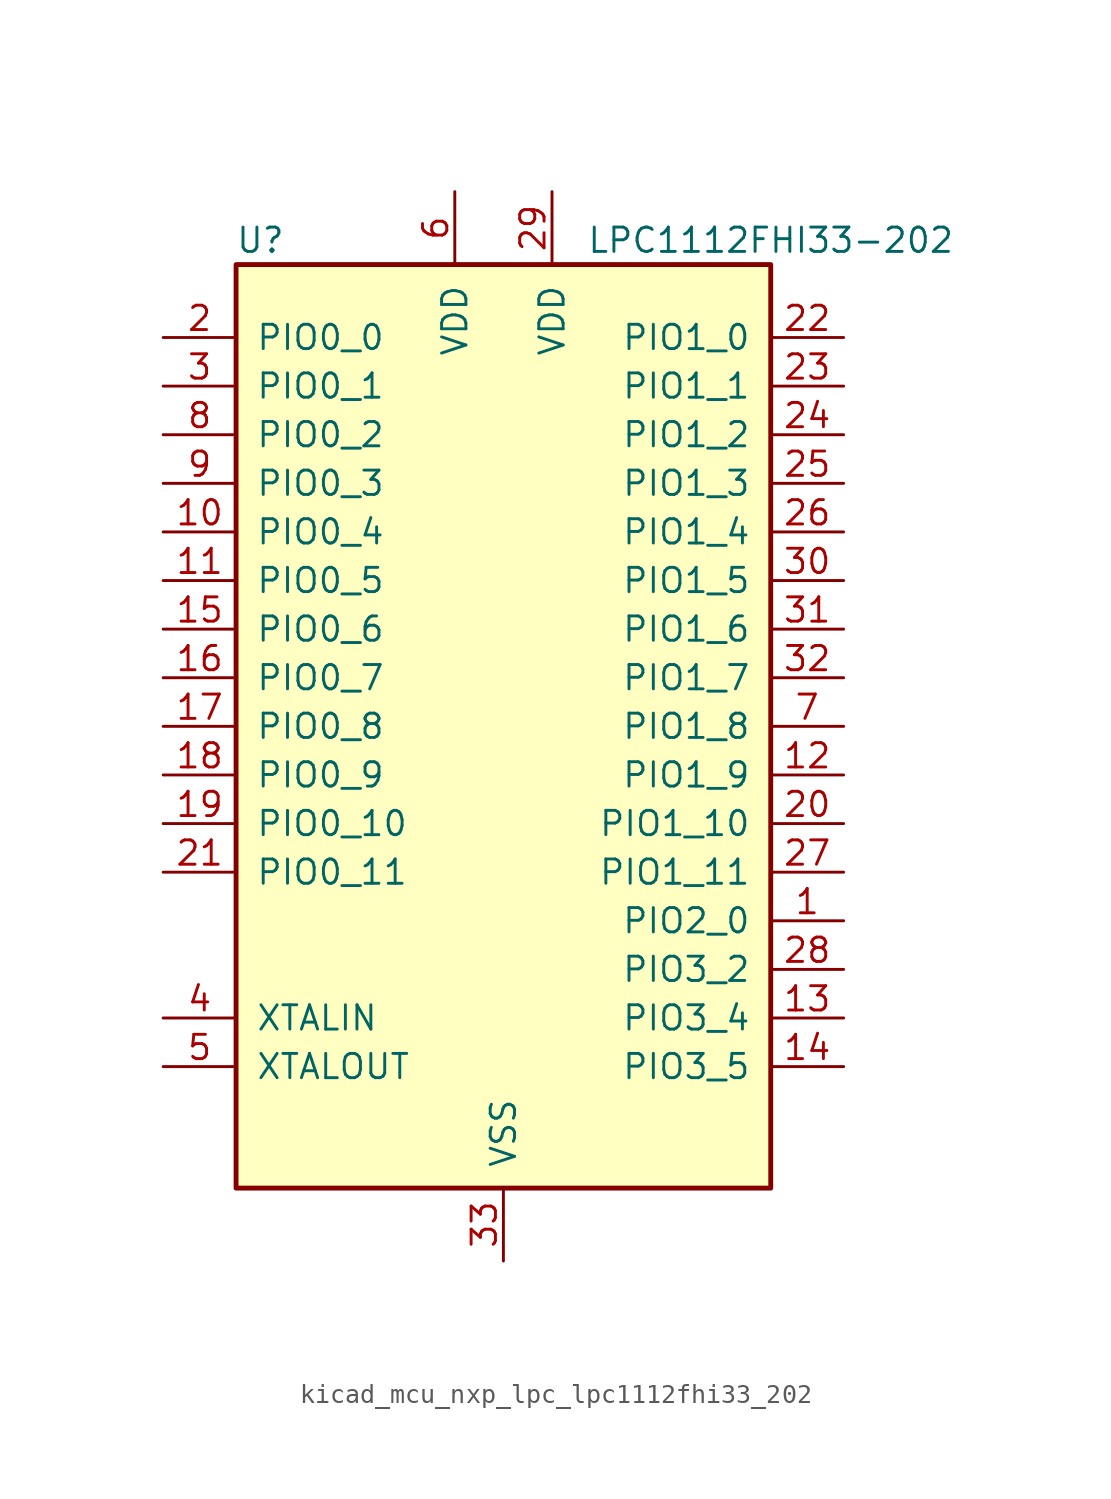
<source format=kicad_sym>
(kicad_symbol_lib
  (version 20220914)
  (generator kicad_symbol_editor)
  (symbol "kicad_mcu_nxp_lpc_lpc1112fhi33_202"
    (pin_names
      (offset 1.016))
    (property "Reference" "U"
      (at -12.7 25.4 0)
      (effects (font (size 1.27 1.27))))
    (property "Value" "LPC1112FHI33-202"
      (at 13.97 25.4 0)
      (effects (font (size 1.27 1.27))))
    (symbol "kicad_mcu_nxp_lpc_lpc1112fhi33_202_0_1"
      (rectangle (start -13.97 24.13) (end 13.97 -24.13) (stroke (width 0.254) (type default)) (fill (type background))))
    (symbol "kicad_mcu_nxp_lpc_lpc1112fhi33_202_1_1"
      (pin bidirectional line (at 17.78 -10.16 180) (length 3.81) (name "PIO2_0" (effects (font (size 1.27 1.27)))) (number "1" (effects (font (size 1.27 1.27)))))
      (pin bidirectional line (at -17.78 10.16 0) (length 3.81) (name "PIO0_4" (effects (font (size 1.27 1.27)))) (number "10" (effects (font (size 1.27 1.27)))))
      (pin bidirectional line (at -17.78 7.62 0) (length 3.81) (name "PIO0_5" (effects (font (size 1.27 1.27)))) (number "11" (effects (font (size 1.27 1.27)))))
      (pin bidirectional line (at 17.78 -2.54 180) (length 3.81) (name "PIO1_9" (effects (font (size 1.27 1.27)))) (number "12" (effects (font (size 1.27 1.27)))))
      (pin bidirectional line (at 17.78 -15.24 180) (length 3.81) (name "PIO3_4" (effects (font (size 1.27 1.27)))) (number "13" (effects (font (size 1.27 1.27)))))
      (pin bidirectional line (at 17.78 -17.78 180) (length 3.81) (name "PIO3_5" (effects (font (size 1.27 1.27)))) (number "14" (effects (font (size 1.27 1.27)))))
      (pin bidirectional line (at -17.78 5.08 0) (length 3.81) (name "PIO0_6" (effects (font (size 1.27 1.27)))) (number "15" (effects (font (size 1.27 1.27)))))
      (pin bidirectional line (at -17.78 2.54 0) (length 3.81) (name "PIO0_7" (effects (font (size 1.27 1.27)))) (number "16" (effects (font (size 1.27 1.27)))))
      (pin bidirectional line (at -17.78 0 0) (length 3.81) (name "PIO0_8" (effects (font (size 1.27 1.27)))) (number "17" (effects (font (size 1.27 1.27)))))
      (pin bidirectional line (at -17.78 -2.54 0) (length 3.81) (name "PIO0_9" (effects (font (size 1.27 1.27)))) (number "18" (effects (font (size 1.27 1.27)))))
      (pin bidirectional line (at -17.78 -5.08 0) (length 3.81) (name "PIO0_10" (effects (font (size 1.27 1.27)))) (number "19" (effects (font (size 1.27 1.27)))))
      (pin bidirectional line (at -17.78 20.32 0) (length 3.81) (name "PIO0_0" (effects (font (size 1.27 1.27)))) (number "2" (effects (font (size 1.27 1.27)))))
      (pin bidirectional line (at 17.78 -5.08 180) (length 3.81) (name "PIO1_10" (effects (font (size 1.27 1.27)))) (number "20" (effects (font (size 1.27 1.27)))))
      (pin bidirectional line (at -17.78 -7.62 0) (length 3.81) (name "PIO0_11" (effects (font (size 1.27 1.27)))) (number "21" (effects (font (size 1.27 1.27)))))
      (pin bidirectional line (at 17.78 20.32 180) (length 3.81) (name "PIO1_0" (effects (font (size 1.27 1.27)))) (number "22" (effects (font (size 1.27 1.27)))))
      (pin bidirectional line (at 17.78 17.78 180) (length 3.81) (name "PIO1_1" (effects (font (size 1.27 1.27)))) (number "23" (effects (font (size 1.27 1.27)))))
      (pin bidirectional line (at 17.78 15.24 180) (length 3.81) (name "PIO1_2" (effects (font (size 1.27 1.27)))) (number "24" (effects (font (size 1.27 1.27)))))
      (pin bidirectional line (at 17.78 12.7 180) (length 3.81) (name "PIO1_3" (effects (font (size 1.27 1.27)))) (number "25" (effects (font (size 1.27 1.27)))))
      (pin bidirectional line (at 17.78 10.16 180) (length 3.81) (name "PIO1_4" (effects (font (size 1.27 1.27)))) (number "26" (effects (font (size 1.27 1.27)))))
      (pin bidirectional line (at 17.78 -7.62 180) (length 3.81) (name "PIO1_11" (effects (font (size 1.27 1.27)))) (number "27" (effects (font (size 1.27 1.27)))))
      (pin bidirectional line (at 17.78 -12.7 180) (length 3.81) (name "PIO3_2" (effects (font (size 1.27 1.27)))) (number "28" (effects (font (size 1.27 1.27)))))
      (pin power_in line (at 2.54 27.94 270) (length 3.81) (name "VDD" (effects (font (size 1.27 1.27)))) (number "29" (effects (font (size 1.27 1.27)))))
      (pin bidirectional line (at -17.78 17.78 0) (length 3.81) (name "PIO0_1" (effects (font (size 1.27 1.27)))) (number "3" (effects (font (size 1.27 1.27)))))
      (pin bidirectional line (at 17.78 7.62 180) (length 3.81) (name "PIO1_5" (effects (font (size 1.27 1.27)))) (number "30" (effects (font (size 1.27 1.27)))))
      (pin bidirectional line (at 17.78 5.08 180) (length 3.81) (name "PIO1_6" (effects (font (size 1.27 1.27)))) (number "31" (effects (font (size 1.27 1.27)))))
      (pin bidirectional line (at 17.78 2.54 180) (length 3.81) (name "PIO1_7" (effects (font (size 1.27 1.27)))) (number "32" (effects (font (size 1.27 1.27)))))
      (pin power_in line (at 0 -27.94 90) (length 3.81) (name "VSS" (effects (font (size 1.27 1.27)))) (number "33" (effects (font (size 1.27 1.27)))))
      (pin input line (at -17.78 -15.24 0) (length 3.81) (name "XTALIN" (effects (font (size 1.27 1.27)))) (number "4" (effects (font (size 1.27 1.27)))))
      (pin output line (at -17.78 -17.78 0) (length 3.81) (name "XTALOUT" (effects (font (size 1.27 1.27)))) (number "5" (effects (font (size 1.27 1.27)))))
      (pin power_in line (at -2.54 27.94 270) (length 3.81) (name "VDD" (effects (font (size 1.27 1.27)))) (number "6" (effects (font (size 1.27 1.27)))))
      (pin bidirectional line (at 17.78 0 180) (length 3.81) (name "PIO1_8" (effects (font (size 1.27 1.27)))) (number "7" (effects (font (size 1.27 1.27)))))
      (pin bidirectional line (at -17.78 15.24 0) (length 3.81) (name "PIO0_2" (effects (font (size 1.27 1.27)))) (number "8" (effects (font (size 1.27 1.27)))))
      (pin bidirectional line (at -17.78 12.7 0) (length 3.81) (name "PIO0_3" (effects (font (size 1.27 1.27)))) (number "9" (effects (font (size 1.27 1.27))))))))
</source>
